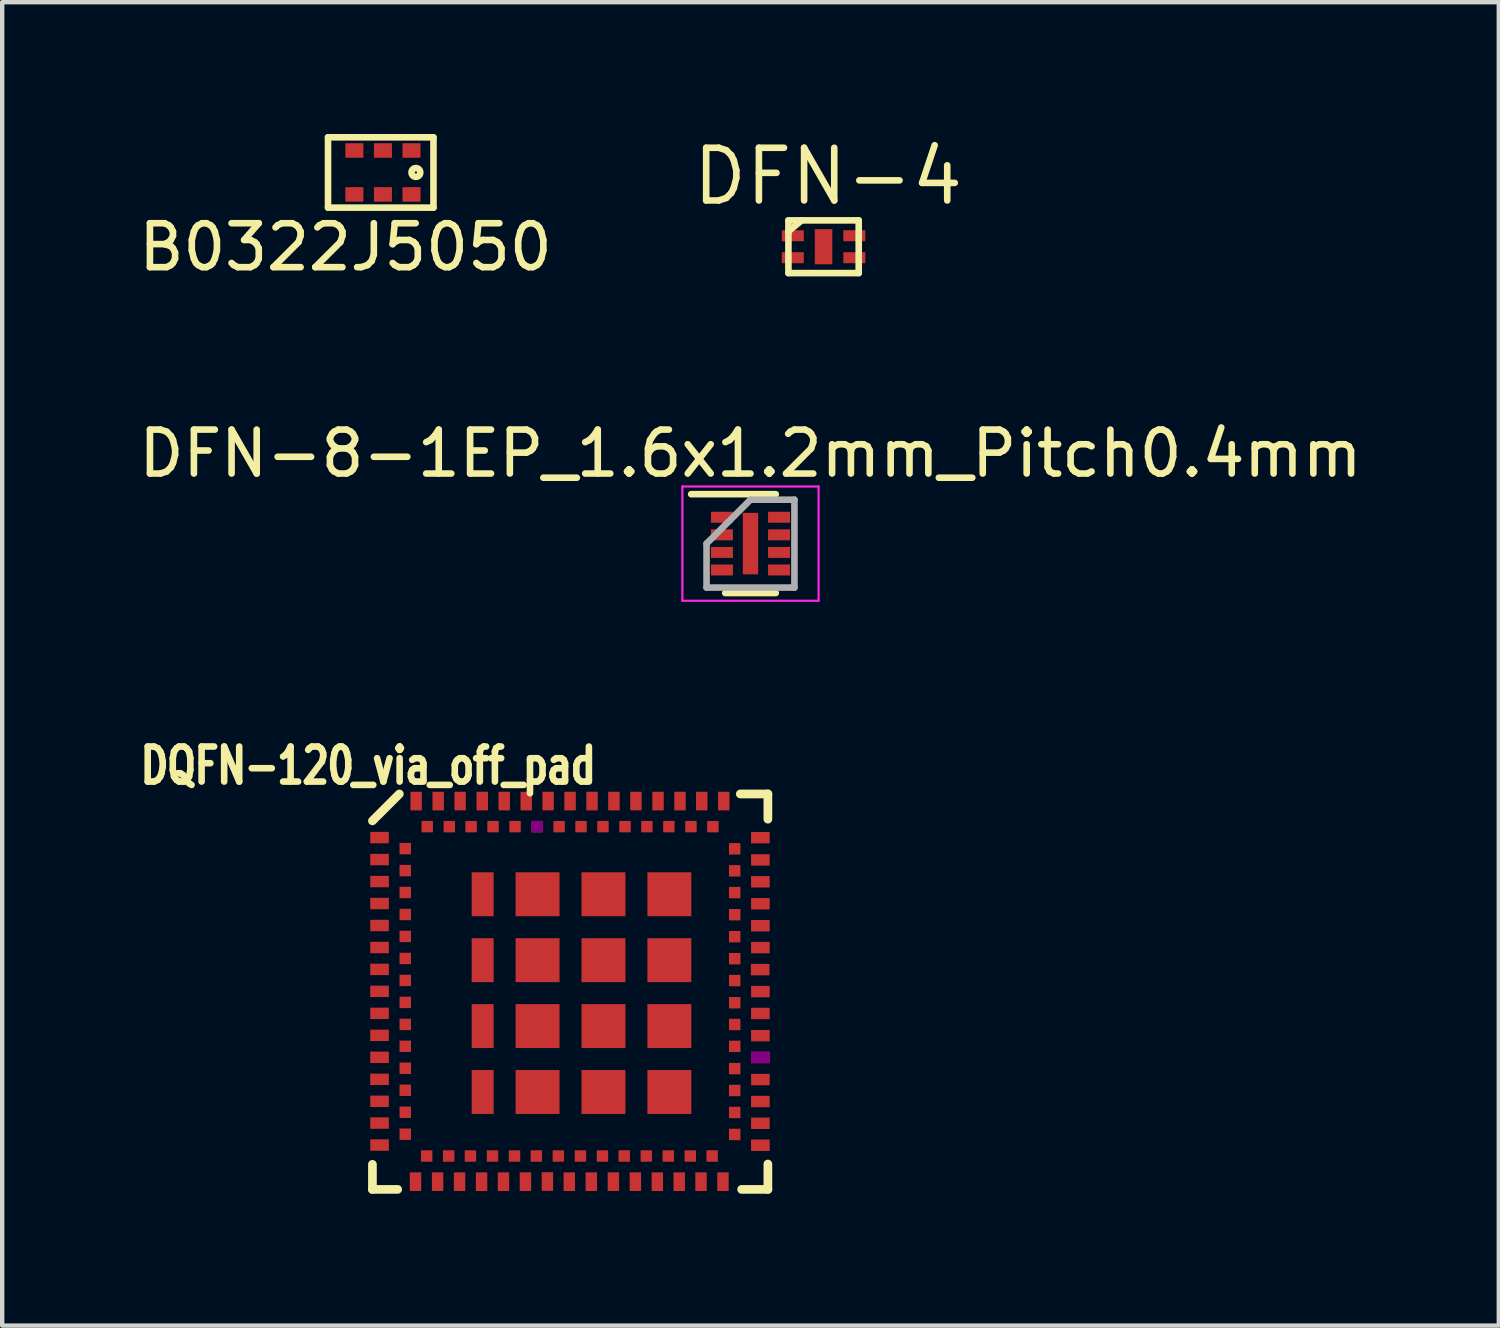
<source format=kicad_pcb>
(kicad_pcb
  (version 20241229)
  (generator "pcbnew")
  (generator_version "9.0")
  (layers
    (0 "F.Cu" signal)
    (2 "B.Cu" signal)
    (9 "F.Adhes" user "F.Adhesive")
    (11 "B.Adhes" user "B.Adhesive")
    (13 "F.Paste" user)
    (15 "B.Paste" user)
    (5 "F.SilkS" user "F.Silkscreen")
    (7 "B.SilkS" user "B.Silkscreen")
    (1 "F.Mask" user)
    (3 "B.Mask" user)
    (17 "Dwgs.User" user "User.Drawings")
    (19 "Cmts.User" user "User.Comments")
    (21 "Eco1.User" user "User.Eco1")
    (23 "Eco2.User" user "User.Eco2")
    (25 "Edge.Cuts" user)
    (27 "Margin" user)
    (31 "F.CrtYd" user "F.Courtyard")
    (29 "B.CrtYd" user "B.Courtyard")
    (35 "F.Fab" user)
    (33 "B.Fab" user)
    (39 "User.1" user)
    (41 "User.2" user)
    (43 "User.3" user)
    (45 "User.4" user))
  (footprint "DFN-8-1EP_1.6x1.2mm_Pitch0.4mm"
    (layer "F.Cu")
    (at 14.03 9.322)
    (property "Reference" "DFN-8-1EP_1.6x1.2mm_Pitch0.4mm" (at 0 -2.05 0) (layer "F.SilkS") (effects (font (size 1 1) (thickness 0.15))))
    (attr smd)
    (fp_line (start -1.35 -1.125) (end 0.575 -1.125) (stroke (width 0.15) (type solid)) (layer "F.SilkS"))
    (fp_line (start -0.575 1.125) (end 0.575 1.125) (stroke (width 0.15) (type solid)) (layer "F.SilkS"))
    (fp_line (start -1.55 -1.3) (end -1.55 1.3) (stroke (width 0.05) (type solid)) (layer "F.CrtYd"))
    (fp_line (start -1.55 -1.3) (end 1.55 -1.3) (stroke (width 0.05) (type solid)) (layer "F.CrtYd"))
    (fp_line (start -1.55 1.3) (end 1.55 1.3) (stroke (width 0.05) (type solid)) (layer "F.CrtYd"))
    (fp_line (start 1.55 -1.3) (end 1.55 1.3) (stroke (width 0.05) (type solid)) (layer "F.CrtYd"))
    (fp_line (start -1 0) (end 0 -1) (stroke (width 0.15) (type solid)) (layer "F.Fab"))
    (fp_line (start -1 1) (end -1 0) (stroke (width 0.15) (type solid)) (layer "F.Fab"))
    (fp_line (start 0 -1) (end 1 -1) (stroke (width 0.15) (type solid)) (layer "F.Fab"))
    (fp_line (start 1 -1) (end 1 1) (stroke (width 0.15) (type solid)) (layer "F.Fab"))
    (fp_line (start 1 1) (end -1 1) (stroke (width 0.15) (type solid)) (layer "F.Fab"))
    (pad "1" smd rect (at -0.65 -0.6) (size 0.5 0.25) (layers "F.Cu" "F.Mask" "F.Paste"))
    (pad "2" smd rect (at -0.65 -0.2) (size 0.5 0.25) (layers "F.Cu" "F.Mask" "F.Paste"))
    (pad "3" smd rect (at -0.65 0.2) (size 0.5 0.25) (layers "F.Cu" "F.Mask" "F.Paste"))
    (pad "4" smd rect (at -0.65 0.6) (size 0.5 0.25) (layers "F.Cu" "F.Mask" "F.Paste"))
    (pad "5" smd rect (at 0.65 0.6) (size 0.5 0.25) (layers "F.Cu" "F.Mask" "F.Paste"))
    (pad "6" smd rect (at 0.65 0.2) (size 0.5 0.25) (layers "F.Cu" "F.Mask" "F.Paste"))
    (pad "7" smd rect (at 0.65 -0.2) (size 0.5 0.25) (layers "F.Cu" "F.Mask" "F.Paste"))
    (pad "8" smd rect (at 0.65 -0.6) (size 0.5 0.25) (layers "F.Cu" "F.Mask" "F.Paste"))
    (pad "9" smd rect (at 0 0) (size 0.35 1.4) (layers "F.Cu" "F.Mask" "F.Paste")))
  (footprint "DFN-4"
    (layer "F.Cu")
    (at 15.693 2.565)
    (property "Reference" "DFN-4" (at 0.1 -1.6 180) (layer "F.SilkS") (effects (font (size 1.2 1.2) (thickness 0.15))))
    (attr through_hole)
    (fp_line (start -0.8 -0.6) (end 0.8 -0.6) (stroke (width 0.15) (type solid)) (layer "F.SilkS"))
    (fp_line (start -0.8 0.6) (end -0.8 -0.6) (stroke (width 0.15) (type solid)) (layer "F.SilkS"))
    (fp_line (start -0.5 -0.6) (end -0.8 -0.35) (stroke (width 0.15) (type solid)) (layer "F.SilkS"))
    (fp_line (start 0.8 -0.6) (end 0.8 0.6) (stroke (width 0.15) (type solid)) (layer "F.SilkS"))
    (fp_line (start 0.8 0.6) (end -0.8 0.6) (stroke (width 0.15) (type solid)) (layer "F.SilkS"))
    (pad "1" smd rect (at -0.7 -0.25 270) (size 0.25 0.5) (layers "F.Cu" "F.Mask" "F.Paste"))
    (pad "2" smd rect (at -0.7 0.25 270) (size 0.25 0.5) (layers "F.Cu" "F.Mask" "F.Paste"))
    (pad "3" smd rect (at 0.7 0.25 270) (size 0.25 0.5) (layers "F.Cu" "F.Mask" "F.Paste"))
    (pad "4" smd rect (at 0.7 -0.25 270) (size 0.25 0.5) (layers "F.Cu" "F.Mask" "F.Paste"))
    (pad "5" smd rect (at 0 0 270) (size 0.8 0.4) (layers "F.Cu" "F.Mask" "F.Paste")))
  (footprint "DQFN-120_via_off_pad"
    (layer "F.Cu")
    (at 5.601 15.194)
    (property "Reference" "DQFN-120_via_off_pad" (at -0.269 -0.818 0) (layer "F.SilkS") (effects (font (size 0.798 0.599) (thickness 0.15))))
    (attr smd)
    (fp_line (start -0.175 0.437) (end 0.437 -0.175) (stroke (width 0.198) (type solid)) (layer "F.SilkS"))
    (fp_line (start -0.175 8.255) (end -0.175 8.825) (stroke (width 0.198) (type solid)) (layer "F.SilkS"))
    (fp_line (start -0.175 8.825) (end 0.399 8.825) (stroke (width 0.198) (type solid)) (layer "F.SilkS"))
    (fp_line (start 8.197 -0.175) (end 8.825 -0.175) (stroke (width 0.198) (type solid)) (layer "F.SilkS"))
    (fp_line (start 8.825 -0.175) (end 8.825 0.399) (stroke (width 0.198) (type solid)) (layer "F.SilkS"))
    (fp_line (start 8.825 8.247) (end 8.825 8.825) (stroke (width 0.198) (type solid)) (layer "F.SilkS"))
    (fp_line (start 8.825 8.825) (end 8.227 8.825) (stroke (width 0.198) (type solid)) (layer "F.SilkS"))
    (pad "1" smd rect (at -0.013 0.818) (size 0.424 0.26) (layers "F.Cu" "F.Mask" "F.Paste"))
    (pad "2" smd rect (at 0.572 1.069) (size 0.26 0.26) (layers "F.Cu" "F.Mask" "F.Paste"))
    (pad "3" smd rect (at -0.013 1.318) (size 0.424 0.26) (layers "F.Cu" "F.Mask" "F.Paste"))
    (pad "4" smd rect (at 0.572 1.57) (size 0.26 0.26) (layers "F.Cu" "F.Mask" "F.Paste"))
    (pad "5" smd rect (at -0.013 1.819) (size 0.424 0.26) (layers "F.Cu" "F.Mask" "F.Paste"))
    (pad "6" smd rect (at 0.572 2.068) (size 0.26 0.26) (layers "F.Cu" "F.Mask" "F.Paste"))
    (pad "7" smd rect (at -0.013 2.319) (size 0.424 0.26) (layers "F.Cu" "F.Mask" "F.Paste"))
    (pad "8" smd rect (at 0.572 2.568) (size 0.26 0.26) (layers "F.Cu" "F.Mask" "F.Paste"))
    (pad "9" smd rect (at -0.013 2.819) (size 0.424 0.26) (layers "F.Cu" "F.Mask" "F.Paste"))
    (pad "10" smd rect (at 0.572 3.068) (size 0.26 0.26) (layers "F.Cu" "F.Mask" "F.Paste"))
    (pad "11" smd rect (at -0.013 3.32) (size 0.424 0.26) (layers "F.Cu" "F.Mask" "F.Paste"))
    (pad "12" smd rect (at 0.572 3.569) (size 0.26 0.26) (layers "F.Cu" "F.Mask" "F.Paste"))
    (pad "13" smd rect (at -0.013 3.818) (size 0.424 0.26) (layers "F.Cu" "F.Mask" "F.Paste"))
    (pad "14" smd rect (at 0.572 4.069) (size 0.26 0.26) (layers "F.Cu" "F.Mask" "F.Paste"))
    (pad "15" smd rect (at -0.013 4.318) (size 0.424 0.26) (layers "F.Cu" "F.Mask" "F.Paste"))
    (pad "16" smd rect (at 0.572 4.569) (size 0.26 0.26) (layers "F.Cu" "F.Mask" "F.Paste"))
    (pad "17" smd rect (at -0.013 4.818) (size 0.424 0.26) (layers "F.Cu" "F.Mask" "F.Paste"))
    (pad "18" smd rect (at 0.572 5.07) (size 0.26 0.26) (layers "F.Cu" "F.Mask" "F.Paste"))
    (pad "19" smd rect (at -0.013 5.319) (size 0.424 0.26) (layers "F.Cu" "F.Mask" "F.Paste"))
    (pad "20" smd rect (at 0.572 5.568) (size 0.26 0.26) (layers "F.Cu" "F.Mask" "F.Paste"))
    (pad "21" smd rect (at -0.013 5.819) (size 0.424 0.26) (layers "F.Cu" "F.Mask" "F.Paste"))
    (pad "22" smd rect (at 0.572 6.068) (size 0.26 0.26) (layers "F.Cu" "F.Mask" "F.Paste"))
    (pad "23" smd rect (at -0.013 6.32) (size 0.424 0.26) (layers "F.Cu" "F.Mask" "F.Paste"))
    (pad "24" smd rect (at 0.572 6.568) (size 0.26 0.26) (layers "F.Cu" "F.Mask" "F.Paste"))
    (pad "25" smd rect (at -0.013 6.82) (size 0.424 0.26) (layers "F.Cu" "F.Mask" "F.Paste"))
    (pad "26" smd rect (at 0.572 7.069) (size 0.26 0.26) (layers "F.Cu" "F.Mask" "F.Paste"))
    (pad "27" smd rect (at -0.013 7.315) (size 0.424 0.26) (layers "F.Cu" "F.Mask" "F.Paste"))
    (pad "28" smd rect (at 0.572 7.569) (size 0.26 0.26) (layers "F.Cu" "F.Mask" "F.Paste"))
    (pad "29" smd rect (at -0.013 7.816) (size 0.424 0.26) (layers "F.Cu" "F.Mask" "F.Paste"))
    (pad "30" smd rect (at 0.805 8.649 90) (size 0.424 0.26) (layers "F.Cu" "F.Mask" "F.Paste"))
    (pad "31" smd rect (at 1.059 8.065 90) (size 0.26 0.26) (layers "F.Cu" "F.Mask" "F.Paste"))
    (pad "32" smd rect (at 1.308 8.649 90) (size 0.424 0.26) (layers "F.Cu" "F.Mask" "F.Paste"))
    (pad "33" smd rect (at 1.56 8.065 90) (size 0.26 0.26) (layers "F.Cu" "F.Mask" "F.Paste"))
    (pad "34" smd rect (at 1.808 8.649 90) (size 0.424 0.26) (layers "F.Cu" "F.Mask" "F.Paste"))
    (pad "35" smd rect (at 2.055 8.065 90) (size 0.26 0.26) (layers "F.Cu" "F.Mask" "F.Paste"))
    (pad "36" smd rect (at 2.309 8.649 90) (size 0.424 0.26) (layers "F.Cu" "F.Mask" "F.Paste"))
    (pad "37" smd rect (at 2.558 8.065 90) (size 0.26 0.26) (layers "F.Cu" "F.Mask" "F.Paste"))
    (pad "38" smd rect (at 2.807 8.649 90) (size 0.424 0.26) (layers "F.Cu" "F.Mask" "F.Paste"))
    (pad "39" smd rect (at 3.058 8.065 90) (size 0.26 0.26) (layers "F.Cu" "F.Mask" "F.Paste"))
    (pad "40" smd rect (at 3.307 8.649 90) (size 0.424 0.26) (layers "F.Cu" "F.Mask" "F.Paste"))
    (pad "41" smd rect (at 3.556 8.065 90) (size 0.26 0.26) (layers "F.Cu" "F.Mask" "F.Paste"))
    (pad "42" smd rect (at 3.807 8.646 90) (size 0.424 0.26) (layers "F.Cu" "F.Mask" "F.Paste"))
    (pad "43" smd rect (at 4.056 8.065 90) (size 0.26 0.26) (layers "F.Cu" "F.Mask" "F.Paste"))
    (pad "44" smd rect (at 4.305 8.649 90) (size 0.424 0.26) (layers "F.Cu" "F.Mask" "F.Paste"))
    (pad "45" smd rect (at 4.559 8.065 90) (size 0.26 0.26) (layers "F.Cu" "F.Mask" "F.Paste"))
    (pad "46" smd rect (at 4.806 8.649 90) (size 0.424 0.26) (layers "F.Cu" "F.Mask" "F.Paste"))
    (pad "47" smd rect (at 5.06 8.065 90) (size 0.26 0.26) (layers "F.Cu" "F.Mask" "F.Paste"))
    (pad "48" smd rect (at 5.309 8.649 90) (size 0.424 0.26) (layers "F.Cu" "F.Mask" "F.Paste"))
    (pad "49" smd rect (at 5.555 8.065 90) (size 0.26 0.26) (layers "F.Cu" "F.Mask" "F.Paste"))
    (pad "50" smd rect (at 5.809 8.649 90) (size 0.424 0.26) (layers "F.Cu" "F.Mask" "F.Paste"))
    (pad "51" smd rect (at 6.058 8.065 90) (size 0.26 0.26) (layers "F.Cu" "F.Mask" "F.Paste"))
    (pad "52" smd rect (at 6.309 8.649 90) (size 0.424 0.26) (layers "F.Cu" "F.Mask" "F.Paste"))
    (pad "53" smd rect (at 6.558 8.065 90) (size 0.26 0.26) (layers "F.Cu" "F.Mask" "F.Paste"))
    (pad "54" smd rect (at 6.807 8.649 90) (size 0.424 0.26) (layers "F.Cu" "F.Mask" "F.Paste"))
    (pad "55" smd rect (at 7.059 8.065 90) (size 0.26 0.26) (layers "F.Cu" "F.Mask" "F.Paste"))
    (pad "56" smd rect (at 7.303 8.649 90) (size 0.424 0.26) (layers "F.Cu" "F.Mask" "F.Paste"))
    (pad "57" smd rect (at 7.556 8.065 90) (size 0.26 0.26) (layers "F.Cu" "F.Mask" "F.Paste"))
    (pad "58" smd rect (at 7.803 8.649 90) (size 0.424 0.26) (layers "F.Cu" "F.Mask" "F.Paste"))
    (pad "59" smd rect (at 8.654 7.82 180) (size 0.424 0.26) (layers "F.Cu" "F.Mask" "F.Paste"))
    (pad "60" smd rect (at 8.07 7.574 180) (size 0.26 0.26) (layers "F.Cu" "F.Mask" "F.Paste"))
    (pad "61" smd rect (at 8.654 7.32 180) (size 0.424 0.26) (layers "F.Cu" "F.Mask" "F.Paste"))
    (pad "62" smd rect (at 8.07 7.074 180) (size 0.26 0.26) (layers "F.Cu" "F.Mask" "F.Paste"))
    (pad "63" smd rect (at 8.654 6.825 180) (size 0.424 0.26) (layers "F.Cu" "F.Mask" "F.Paste"))
    (pad "64" smd rect (at 8.07 6.574 180) (size 0.26 0.26) (layers "F.Cu" "F.Mask" "F.Paste"))
    (pad "65" smd rect (at 8.654 6.325 180) (size 0.424 0.26) (layers "F.Cu" "F.Mask" "F.Paste"))
    (pad "66" smd rect (at 8.07 6.076 180) (size 0.26 0.26) (layers "F.Cu" "F.Mask" "F.Paste"))
    (pad "67" smd rect (at 8.654 5.822 180) (size 0.424 0.26) (layers "F.Cu" "F.Mask" "F.Adhes" "F.Paste"))
    (pad "68" smd rect (at 8.07 5.57 180) (size 0.26 0.26) (layers "F.Cu" "F.Mask" "F.Paste"))
    (pad "69" smd rect (at 8.654 5.326 180) (size 0.424 0.26) (layers "F.Cu" "F.Mask" "F.Paste"))
    (pad "70" smd rect (at 8.07 5.072 180) (size 0.26 0.26) (layers "F.Cu" "F.Mask" "F.Paste"))
    (pad "71" smd rect (at 8.654 4.821 180) (size 0.424 0.26) (layers "F.Cu" "F.Mask" "F.Paste"))
    (pad "72" smd rect (at 8.07 4.577 180) (size 0.26 0.26) (layers "F.Cu" "F.Mask" "F.Paste"))
    (pad "73" smd rect (at 8.654 4.323 180) (size 0.424 0.26) (layers "F.Cu" "F.Mask" "F.Paste"))
    (pad "74" smd rect (at 8.07 4.072 180) (size 0.26 0.26) (layers "F.Cu" "F.Mask" "F.Paste"))
    (pad "75" smd rect (at 8.649 3.823 180) (size 0.424 0.26) (layers "F.Cu" "F.Mask" "F.Paste"))
    (pad "76" smd rect (at 8.07 3.574 180) (size 0.26 0.26) (layers "F.Cu" "F.Mask" "F.Paste"))
    (pad "77" smd rect (at 8.654 3.322 180) (size 0.424 0.26) (layers "F.Cu" "F.Mask" "F.Paste"))
    (pad "78" smd rect (at 8.07 3.073 180) (size 0.26 0.26) (layers "F.Cu" "F.Mask" "F.Paste"))
    (pad "79" smd rect (at 8.654 2.824 180) (size 0.424 0.26) (layers "F.Cu" "F.Mask" "F.Paste"))
    (pad "80" smd rect (at 8.07 2.573 180) (size 0.26 0.26) (layers "F.Cu" "F.Mask" "F.Paste"))
    (pad "81" smd rect (at 8.654 2.324 180) (size 0.424 0.26) (layers "F.Cu" "F.Mask" "F.Paste"))
    (pad "82" smd rect (at 8.07 2.07 180) (size 0.26 0.26) (layers "F.Cu" "F.Mask" "F.Paste"))
    (pad "83" smd rect (at 8.654 1.824 180) (size 0.424 0.26) (layers "F.Cu" "F.Mask" "F.Paste"))
    (pad "84" smd rect (at 8.07 1.575 180) (size 0.26 0.26) (layers "F.Cu" "F.Mask" "F.Paste"))
    (pad "85" smd rect (at 8.654 1.326 180) (size 0.424 0.26) (layers "F.Cu" "F.Mask" "F.Paste"))
    (pad "86" smd rect (at 8.07 1.074 180) (size 0.26 0.26) (layers "F.Cu" "F.Mask" "F.Paste"))
    (pad "87" smd rect (at 8.654 0.82 180) (size 0.424 0.26) (layers "F.Cu" "F.Mask" "F.Paste"))
    (pad "88" smd rect (at 7.821 -0.013 270) (size 0.424 0.26) (layers "F.Cu" "F.Mask" "F.Paste"))
    (pad "89" smd rect (at 7.574 0.569 270) (size 0.26 0.26) (layers "F.Cu" "F.Mask" "F.Paste"))
    (pad "90" smd rect (at 7.32 -0.013 270) (size 0.424 0.26) (layers "F.Cu" "F.Mask" "F.Paste"))
    (pad "91" smd rect (at 7.074 0.569 270) (size 0.26 0.26) (layers "F.Cu" "F.Mask" "F.Paste"))
    (pad "92" smd rect (at 6.825 -0.013 270) (size 0.424 0.26) (layers "F.Cu" "F.Mask" "F.Paste"))
    (pad "93" smd rect (at 6.571 0.569 270) (size 0.26 0.26) (layers "F.Cu" "F.Mask" "F.Paste"))
    (pad "94" smd rect (at 6.325 -0.013 270) (size 0.424 0.26) (layers "F.Cu" "F.Mask" "F.Paste"))
    (pad "95" smd rect (at 6.071 0.569 270) (size 0.26 0.26) (layers "F.Cu" "F.Mask" "F.Paste"))
    (pad "96" smd rect (at 5.822 -0.013 270) (size 0.424 0.26) (layers "F.Cu" "F.Mask" "F.Paste"))
    (pad "97" smd rect (at 5.573 0.569 270) (size 0.26 0.26) (layers "F.Cu" "F.Mask" "F.Paste"))
    (pad "98" smd rect (at 5.321 -0.013 270) (size 0.424 0.26) (layers "F.Cu" "F.Mask" "F.Paste"))
    (pad "99" smd rect (at 5.072 0.569 270) (size 0.26 0.26) (layers "F.Cu" "F.Mask" "F.Paste"))
    (pad "100" smd rect (at 4.823 -0.013 270) (size 0.424 0.26) (layers "F.Cu" "F.Mask" "F.Paste"))
    (pad "101" smd rect (at 4.572 0.569 270) (size 0.26 0.26) (layers "F.Cu" "F.Mask" "F.Paste"))
    (pad "102" smd rect (at 4.323 -0.013 270) (size 0.424 0.26) (layers "F.Cu" "F.Mask" "F.Paste"))
    (pad "103" smd rect (at 4.074 0.569 270) (size 0.26 0.26) (layers "F.Cu" "F.Mask" "F.Paste"))
    (pad "104" smd rect (at 3.823 -0.013 270) (size 0.424 0.26) (layers "F.Cu" "F.Mask" "F.Paste"))
    (pad "105" smd rect (at 3.574 0.569 270) (size 0.26 0.26) (layers "F.Cu" "F.Mask" "F.Adhes" "F.Paste"))
    (pad "106" smd rect (at 3.325 -0.013 270) (size 0.424 0.26) (layers "F.Cu" "F.Mask" "F.Paste"))
    (pad "107" smd rect (at 3.071 0.569 270) (size 0.26 0.26) (layers "F.Cu" "F.Mask" "F.Paste"))
    (pad "108" smd rect (at 2.824 -0.013 270) (size 0.424 0.26) (layers "F.Cu" "F.Mask" "F.Paste"))
    (pad "109" smd rect (at 2.57 0.569 270) (size 0.26 0.26) (layers "F.Cu" "F.Mask" "F.Paste"))
    (pad "110" smd rect (at 2.324 -0.013 270) (size 0.424 0.26) (layers "F.Cu" "F.Mask" "F.Paste"))
    (pad "111" smd rect (at 2.07 0.569 270) (size 0.26 0.26) (layers "F.Cu" "F.Mask" "F.Paste"))
    (pad "112" smd rect (at 1.821 -0.013 270) (size 0.424 0.26) (layers "F.Cu" "F.Mask" "F.Paste"))
    (pad "113" smd rect (at 1.575 0.569 270) (size 0.26 0.26) (layers "F.Cu" "F.Mask" "F.Paste"))
    (pad "114" smd rect (at 1.321 -0.013 270) (size 0.424 0.26) (layers "F.Cu" "F.Mask" "F.Paste"))
    (pad "115" smd rect (at 1.072 0.569 270) (size 0.26 0.26) (layers "F.Cu" "F.Mask" "F.Paste"))
    (pad "116" smd rect (at 0.82 -0.013) (size 0.26 0.424) (layers "F.Cu" "F.Mask" "F.Paste"))
    (pad "117" smd rect (at 2.333 2.108) (size 0.5 1) (layers "F.Cu" "F.Mask" "F.Paste"))
    (pad "117" smd rect (at 2.333 3.608) (size 0.5 1) (layers "F.Cu" "F.Mask" "F.Paste"))
    (pad "117" smd rect (at 2.333 5.108) (size 0.5 1) (layers "F.Cu" "F.Mask" "F.Paste"))
    (pad "117" smd rect (at 2.333 6.608) (size 0.5 1) (layers "F.Cu" "F.Mask" "F.Paste"))
    (pad "117" smd rect (at 3.583 2.108) (size 1 1) (layers "F.Cu" "F.Mask" "F.Paste"))
    (pad "117" smd rect (at 3.583 3.608) (size 1 1) (layers "F.Cu" "F.Mask" "F.Paste"))
    (pad "117" smd rect (at 3.583 5.108) (size 1 1) (layers "F.Cu" "F.Mask" "F.Paste"))
    (pad "117" smd rect (at 3.583 6.608) (size 1 1) (layers "F.Cu" "F.Mask" "F.Paste"))
    (pad "117" smd rect (at 5.083 2.108) (size 1 1) (layers "F.Cu" "F.Mask" "F.Paste"))
    (pad "117" smd rect (at 5.083 3.608) (size 1 1) (layers "F.Cu" "F.Mask" "F.Paste"))
    (pad "117" smd rect (at 5.083 5.108) (size 1 1) (layers "F.Cu" "F.Mask" "F.Paste"))
    (pad "117" smd rect (at 5.083 6.608) (size 1 1) (layers "F.Cu" "F.Mask" "F.Paste"))
    (pad "117" smd rect (at 6.583 2.108) (size 1 1) (layers "F.Cu" "F.Mask" "F.Paste"))
    (pad "117" smd rect (at 6.583 3.608) (size 1 1) (layers "F.Cu" "F.Mask" "F.Paste"))
    (pad "117" smd rect (at 6.583 5.108) (size 1 1) (layers "F.Cu" "F.Mask" "F.Paste"))
    (pad "117" smd rect (at 6.583 6.608) (size 1 1) (layers "F.Cu" "F.Mask" "F.Paste")))
  (footprint "B0322J5050"
    (layer "F.Cu")
    (at 5.015 0.375)
    (property "Reference" "B0322J5050" (at -0.2 2.2 0) (layer "F.SilkS") (effects (font (size 1 1) (thickness 0.15))))
    (attr through_hole)
    (fp_line (start -0.6 -0.3) (end 1.8 -0.3) (stroke (width 0.15) (type solid)) (layer "F.SilkS"))
    (fp_line (start -0.6 1.3) (end -0.6 -0.3) (stroke (width 0.15) (type solid)) (layer "F.SilkS"))
    (fp_line (start 1.8 -0.3) (end 1.8 1.3) (stroke (width 0.15) (type solid)) (layer "F.SilkS"))
    (fp_line (start 1.8 1.3) (end -0.6 1.3) (stroke (width 0.15) (type solid)) (layer "F.SilkS"))
    (fp_circle (center 1.4 0.5) (end 1.5 0.5) (stroke (width 0.15) (type solid)) (fill no) (layer "F.SilkS"))
    (pad "1" smd rect (at 1.3 0) (size 0.41 0.33) (layers "F.Cu" "F.Mask" "F.Paste"))
    (pad "2" smd rect (at 0.65 0) (size 0.41 0.33) (layers "F.Cu" "F.Mask" "F.Paste"))
    (pad "3" smd rect (at 0 0) (size 0.41 0.33) (layers "F.Cu" "F.Mask" "F.Paste"))
    (pad "4" smd rect (at 0 1) (size 0.41 0.33) (layers "F.Cu" "F.Mask" "F.Paste"))
    (pad "5" smd rect (at 0.65 1) (size 0.41 0.33) (layers "F.Cu" "F.Mask" "F.Paste"))
    (pad "6" smd rect (at 1.3 1) (size 0.41 0.33) (layers "F.Cu" "F.Mask" "F.Paste")))
  (gr_rect
    (start -3 -3)
    (end 31.06 27.118)
    (stroke (width 0.1) (type default))
    (fill no)
    (layer "Edge.Cuts")))
</source>
